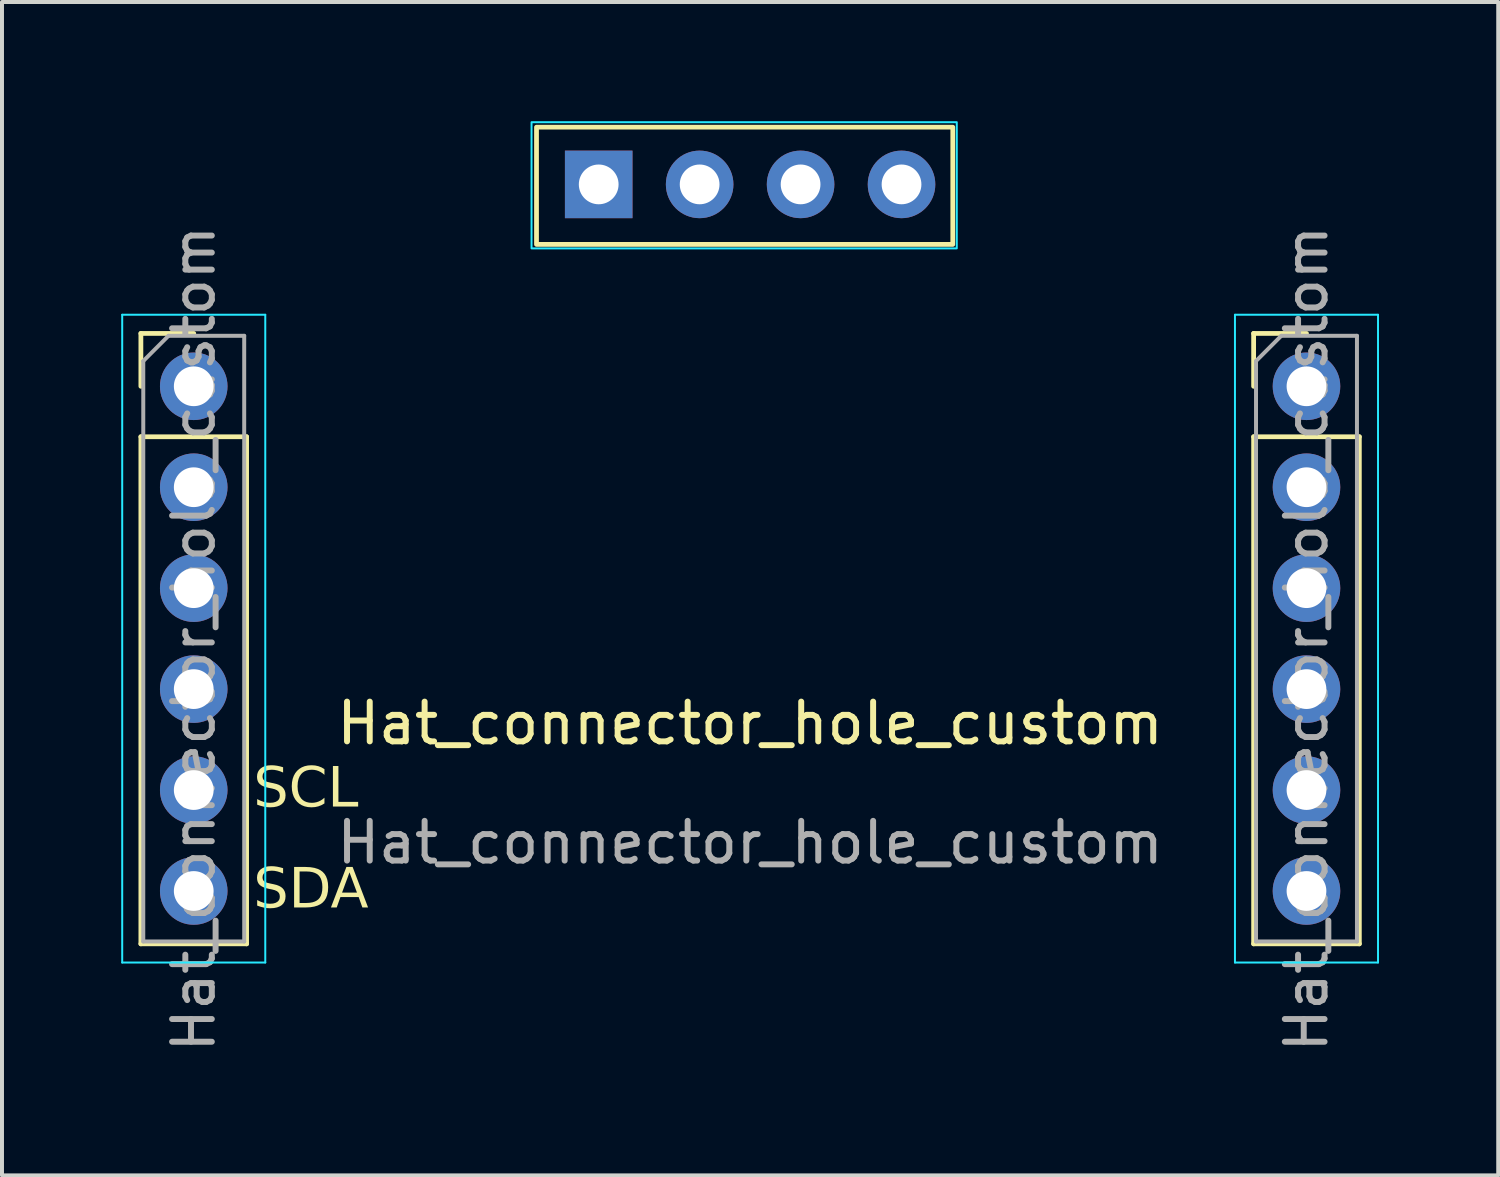
<source format=kicad_pcb>
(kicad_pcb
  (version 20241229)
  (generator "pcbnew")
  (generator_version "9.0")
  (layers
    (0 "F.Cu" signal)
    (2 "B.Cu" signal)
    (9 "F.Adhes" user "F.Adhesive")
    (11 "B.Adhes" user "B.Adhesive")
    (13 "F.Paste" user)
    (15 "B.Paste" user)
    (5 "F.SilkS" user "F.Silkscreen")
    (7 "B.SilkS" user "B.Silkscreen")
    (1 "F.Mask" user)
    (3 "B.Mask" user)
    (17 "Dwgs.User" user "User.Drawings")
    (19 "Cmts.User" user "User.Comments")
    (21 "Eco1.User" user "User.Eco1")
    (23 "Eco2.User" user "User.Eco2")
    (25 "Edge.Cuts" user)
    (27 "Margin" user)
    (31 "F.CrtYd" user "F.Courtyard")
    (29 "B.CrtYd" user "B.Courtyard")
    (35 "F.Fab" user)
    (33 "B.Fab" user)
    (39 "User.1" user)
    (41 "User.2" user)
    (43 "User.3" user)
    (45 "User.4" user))
  (footprint "Hat_connector_hole_custom"
    (layer "F.Cu")
    (at 15.825 15.65)
    (property "Reference" "Hat_connector_hole_custom" (at 0 -0.5 0) (unlocked yes) (layer "F.SilkS") (effects (font (size 1 1) (thickness 0.15))))
    (attr through_hole)
    (fp_line (start -15.33 -10.31) (end -14 -10.31) (stroke (width 0.12) (type solid)) (layer "F.SilkS"))
    (fp_line (start -15.33 -8.98) (end -15.33 -10.31) (stroke (width 0.12) (type solid)) (layer "F.SilkS"))
    (fp_line (start -15.33 -7.71) (end -15.33 5.05) (stroke (width 0.12) (type solid)) (layer "F.SilkS"))
    (fp_line (start -15.33 -7.71) (end -12.67 -7.71) (stroke (width 0.12) (type solid)) (layer "F.SilkS"))
    (fp_line (start -15.33 5.05) (end -12.67 5.05) (stroke (width 0.12) (type solid)) (layer "F.SilkS"))
    (fp_line (start -12.67 -7.71) (end -12.67 5.05) (stroke (width 0.12) (type solid)) (layer "F.SilkS"))
    (fp_line (start 12.67 -10.31) (end 14 -10.31) (stroke (width 0.12) (type solid)) (layer "F.SilkS"))
    (fp_line (start 12.67 -8.98) (end 12.67 -10.31) (stroke (width 0.12) (type solid)) (layer "F.SilkS"))
    (fp_line (start 12.67 -7.71) (end 12.67 5.05) (stroke (width 0.12) (type solid)) (layer "F.SilkS"))
    (fp_line (start 12.67 -7.71) (end 15.33 -7.71) (stroke (width 0.12) (type solid)) (layer "F.SilkS"))
    (fp_line (start 12.67 5.05) (end 15.33 5.05) (stroke (width 0.12) (type solid)) (layer "F.SilkS"))
    (fp_line (start 15.33 -7.71) (end 15.33 5.05) (stroke (width 0.12) (type solid)) (layer "F.SilkS"))
    (fp_rect (start -5.375 -15.5) (end 5.1 -12.55) (stroke (width 0.12) (type default)) (fill no) (layer "F.SilkS"))
    (fp_line (start -15.8 -10.78) (end -15.8 5.52) (stroke (width 0.05) (type solid)) (layer "B.CrtYd"))
    (fp_line (start -15.8 5.52) (end -12.2 5.52) (stroke (width 0.05) (type solid)) (layer "B.CrtYd"))
    (fp_line (start -12.2 -10.78) (end -15.8 -10.78) (stroke (width 0.05) (type solid)) (layer "B.CrtYd"))
    (fp_line (start -12.2 5.52) (end -12.2 -10.78) (stroke (width 0.05) (type solid)) (layer "B.CrtYd"))
    (fp_line (start 12.2 -10.78) (end 12.2 5.52) (stroke (width 0.05) (type solid)) (layer "B.CrtYd"))
    (fp_line (start 12.2 5.52) (end 15.8 5.52) (stroke (width 0.05) (type solid)) (layer "B.CrtYd"))
    (fp_line (start 15.8 -10.78) (end 12.2 -10.78) (stroke (width 0.05) (type solid)) (layer "B.CrtYd"))
    (fp_line (start 15.8 5.52) (end 15.8 -10.78) (stroke (width 0.05) (type solid)) (layer "B.CrtYd"))
    (fp_rect (start -5.5 -15.625) (end 5.2 -12.45) (stroke (width 0.05) (type default)) (fill no) (layer "B.CrtYd"))
    (fp_line (start -15.27 -9.615) (end -14.635 -10.25) (stroke (width 0.1) (type solid)) (layer "F.Fab"))
    (fp_line (start -15.27 4.99) (end -15.27 -9.615) (stroke (width 0.1) (type solid)) (layer "F.Fab"))
    (fp_line (start -14.635 -10.25) (end -12.73 -10.25) (stroke (width 0.1) (type solid)) (layer "F.Fab"))
    (fp_line (start -12.73 -10.25) (end -12.73 4.99) (stroke (width 0.1) (type solid)) (layer "F.Fab"))
    (fp_line (start -12.73 4.99) (end -15.27 4.99) (stroke (width 0.1) (type solid)) (layer "F.Fab"))
    (fp_line (start 12.73 -9.615) (end 13.365 -10.25) (stroke (width 0.1) (type solid)) (layer "F.Fab"))
    (fp_line (start 12.73 4.99) (end 12.73 -9.615) (stroke (width 0.1) (type solid)) (layer "F.Fab"))
    (fp_line (start 13.365 -10.25) (end 15.27 -10.25) (stroke (width 0.1) (type solid)) (layer "F.Fab"))
    (fp_line (start 15.27 -10.25) (end 15.27 4.99) (stroke (width 0.1) (type solid)) (layer "F.Fab"))
    (fp_line (start 15.27 4.99) (end 12.73 4.99) (stroke (width 0.1) (type solid)) (layer "F.Fab"))
    (fp_text user "SCL" (at -12.5 1.18 0) (unlocked yes) (layer "F.SilkS") (effects (font (face "aremat font") (size 1 1) (thickness 0.15)) (justify left)))
    (fp_text user "SDA" (at -12.5 3.72 0) (unlocked yes) (layer "F.SilkS") (effects (font (face "aremat font") (size 1 1) (thickness 0.15)) (justify left)))
    (fp_text user "${REFERENCE}" (at 0 2.5 0) (unlocked yes) (layer "F.Fab") (effects (font (size 1 1) (thickness 0.15))))
    (fp_text user "${REFERENCE}" (at -14 -2.63 90) (layer "F.Fab") (effects (font (size 1 1) (thickness 0.15))))
    (fp_text user "${REFERENCE}" (at 14 -2.63 90) (layer "F.Fab") (effects (font (size 1 1) (thickness 0.15))))
    (pad "1" thru_hole rect (at -3.81 -14.06) (size 1.7 1.7) (drill 1) (layers "*.Cu" "*.Mask"))
    (pad "2" thru_hole circle (at -1.27 -14.06) (size 1.7 1.7) (drill 1) (layers "*.Cu" "*.Mask"))
    (pad "3" thru_hole circle (at -14 -8.98) (size 1.7 1.7) (drill 1) (layers "*.Cu" "*.Mask"))
    (pad "4" thru_hole oval (at -14 -6.44) (size 1.7 1.7) (drill 1) (layers "*.Cu" "*.Mask"))
    (pad "5" thru_hole oval (at -14 -3.9) (size 1.7 1.7) (drill 1) (layers "*.Cu" "*.Mask"))
    (pad "6" thru_hole oval (at -14 -1.36) (size 1.7 1.7) (drill 1) (layers "*.Cu" "*.Mask"))
    (pad "7" thru_hole oval (at -14 1.18) (size 1.7 1.7) (drill 1) (layers "*.Cu" "*.Mask"))
    (pad "8" thru_hole oval (at -14 3.72) (size 1.7 1.7) (drill 1) (layers "*.Cu" "*.Mask"))
    (pad "9" thru_hole oval (at 14 3.72) (size 1.7 1.7) (drill 1) (layers "*.Cu" "*.Mask"))
    (pad "10" thru_hole oval (at 14 1.18) (size 1.7 1.7) (drill 1) (layers "*.Cu" "*.Mask"))
    (pad "11" thru_hole oval (at 14 -1.36) (size 1.7 1.7) (drill 1) (layers "*.Cu" "*.Mask"))
    (pad "12" thru_hole oval (at 14 -3.9) (size 1.7 1.7) (drill 1) (layers "*.Cu" "*.Mask"))
    (pad "13" thru_hole oval (at 14 -6.44) (size 1.7 1.7) (drill 1) (layers "*.Cu" "*.Mask"))
    (pad "14" thru_hole circle (at 14 -8.98) (size 1.7 1.7) (drill 1) (layers "*.Cu" "*.Mask"))
    (pad "15" thru_hole circle (at 1.27 -14.06) (size 1.7 1.7) (drill 1) (layers "*.Cu" "*.Mask"))
    (pad "16" thru_hole circle (at 3.81 -14.06) (size 1.7 1.7) (drill 1) (layers "*.Cu" "*.Mask")))
  (gr_rect
    (start -3 -3)
    (end 34.65 26.526)
    (stroke (width 0.1) (type default))
    (fill no)
    (layer "Edge.Cuts")))
</source>
